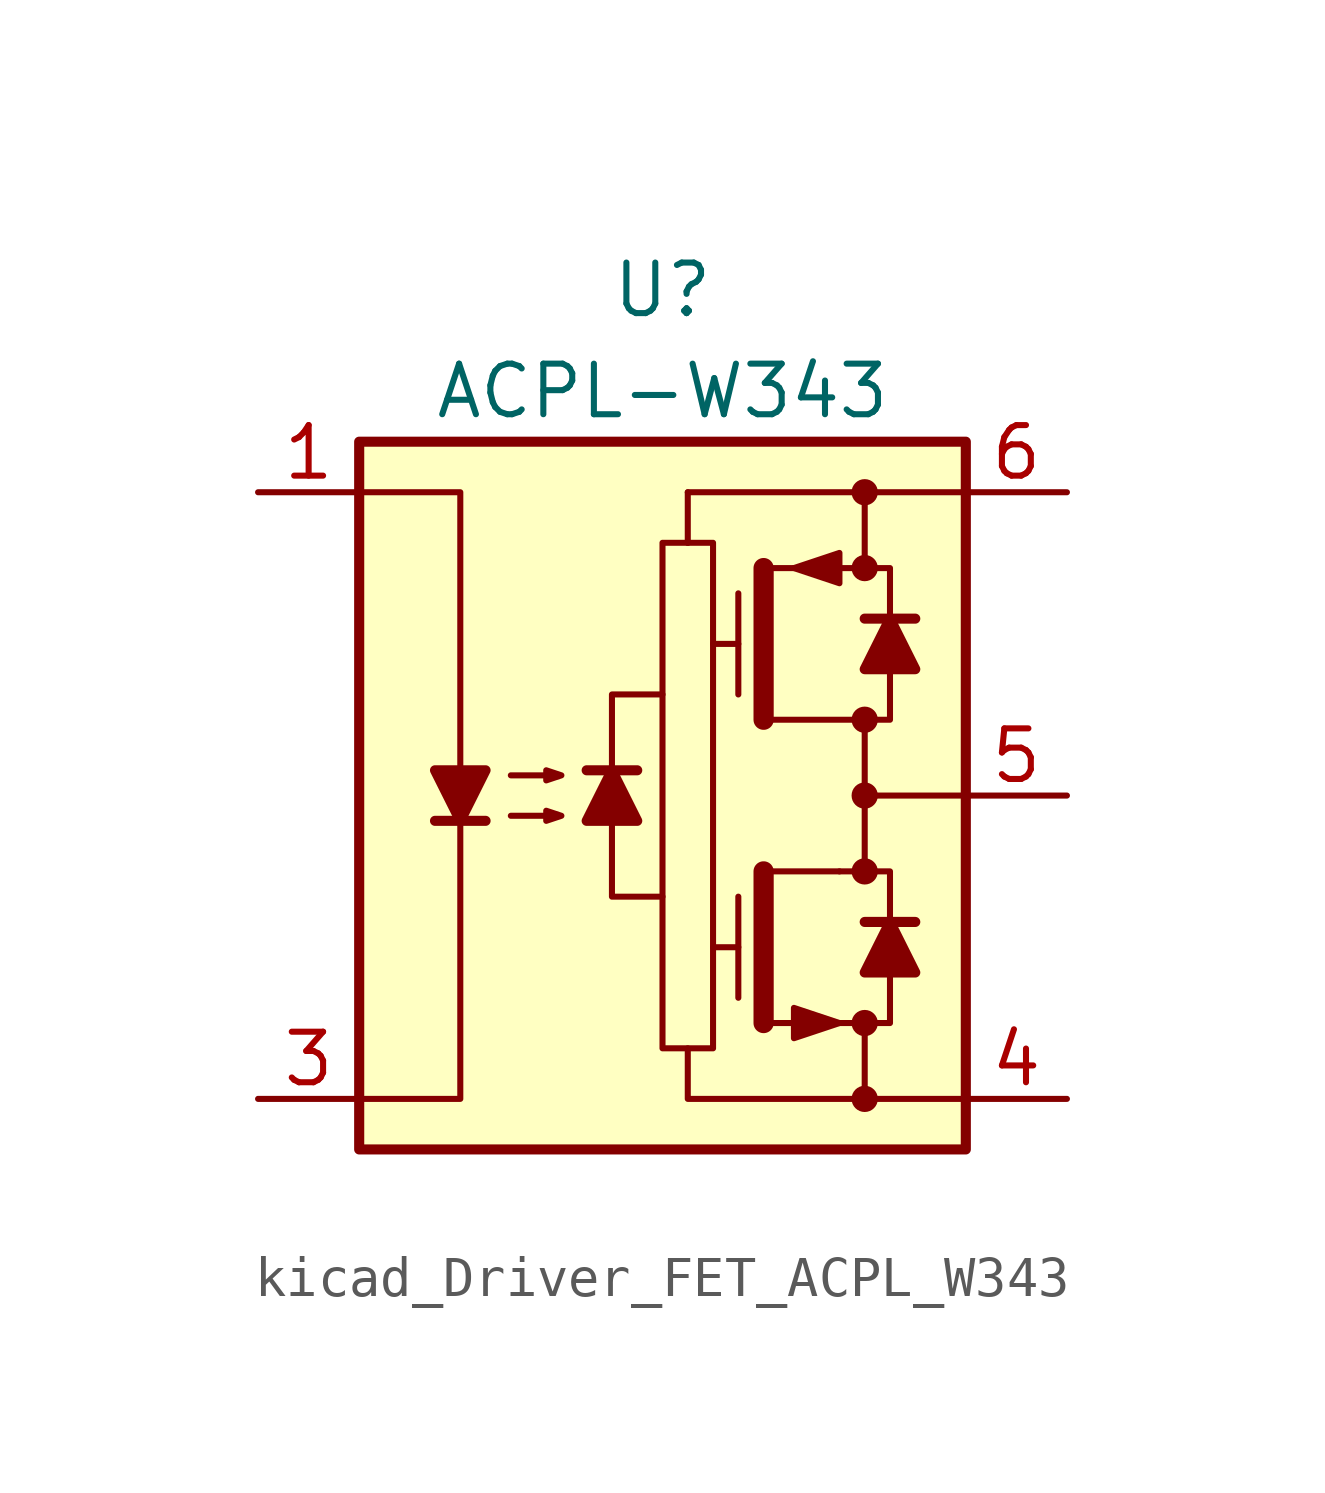
<source format=kicad_sym>
(kicad_symbol_lib
  (version 20220914)
  (generator kicad_symbol_editor)
  (symbol "kicad_Driver_FET_ACPL_W343"
    (pin_names hide)
    (property "Reference" "U"
      (at 0 12.7 0)
      (effects (font (size 1.27 1.27))))
    (property "Value" "ACPL-W343"
      (at 0 10.16 0)
      (effects (font (size 1.27 1.27))))
    (symbol "kicad_Driver_FET_ACPL_W343_0_1"
      (rectangle (start -7.62 8.89) (end 7.62 -8.89) (stroke (width 0.254) (type default)) (fill (type background)))
      (polyline (pts (xy -5.715 -0.635) (xy -4.445 -0.635)) (stroke (width 0.254) (type default)) (fill (type none)))
      (polyline (pts (xy -0.635 0.635) (xy -1.905 0.635)) (stroke (width 0.254) (type default)) (fill (type none)))
      (polyline (pts (xy 1.27 -3.81) (xy 1.905 -3.81)) (stroke (width 0) (type default)) (fill (type none)))
      (polyline (pts (xy 1.27 3.81) (xy 1.905 3.81)) (stroke (width 0) (type default)) (fill (type none)))
      (polyline (pts (xy 1.905 -5.08) (xy 1.905 -2.54)) (stroke (width 0) (type default)) (fill (type none)))
      (polyline (pts (xy 1.905 2.54) (xy 1.905 5.08)) (stroke (width 0) (type default)) (fill (type none)))
      (polyline (pts (xy 2.54 -5.715) (xy 2.54 -1.905)) (stroke (width 0.508) (type default)) (fill (type none)))
      (polyline (pts (xy 2.54 1.905) (xy 2.54 5.715)) (stroke (width 0.508) (type default)) (fill (type none)))
      (polyline (pts (xy 4.445 -1.905) (xy 2.54 -1.905)) (stroke (width 0) (type default)) (fill (type none)))
      (polyline (pts (xy 4.445 5.715) (xy 2.54 5.715)) (stroke (width 0) (type default)) (fill (type none)))
      (polyline (pts (xy 5.08 -5.715) (xy 5.08 -7.62)) (stroke (width 0) (type default)) (fill (type none)))
      (polyline (pts (xy 5.08 0) (xy 7.62 0)) (stroke (width 0) (type default)) (fill (type none)))
      (polyline (pts (xy 5.08 1.905) (xy 5.08 -1.905)) (stroke (width 0) (type default)) (fill (type none)))
      (polyline (pts (xy 5.08 7.62) (xy 5.08 5.715)) (stroke (width 0) (type default)) (fill (type none)))
      (polyline (pts (xy 6.35 -3.175) (xy 5.08 -3.175)) (stroke (width 0.254) (type default)) (fill (type none)))
      (polyline (pts (xy 6.35 4.445) (xy 5.08 4.445)) (stroke (width 0.254) (type default)) (fill (type none)))
      (polyline (pts (xy 7.62 7.62) (xy 0.635 7.62)) (stroke (width 0) (type default)) (fill (type none)))
      (polyline (pts (xy -1.27 -0.635) (xy -1.27 -2.54) (xy 0 -2.54)) (stroke (width 0) (type default)) (fill (type none)))
      (polyline (pts (xy -1.27 0.635) (xy -1.27 2.54) (xy 0 2.54)) (stroke (width 0) (type default)) (fill (type none)))
      (polyline (pts (xy 0.635 -6.35) (xy 0.635 -7.62) (xy 7.62 -7.62)) (stroke (width 0) (type default)) (fill (type none)))
      (polyline (pts (xy 4.445 -1.905) (xy 5.715 -1.905) (xy 5.715 -3.175)) (stroke (width 0) (type default)) (fill (type none)))
      (polyline (pts (xy 4.445 5.715) (xy 5.715 5.715) (xy 5.715 4.445)) (stroke (width 0) (type default)) (fill (type none)))
      (polyline (pts (xy 5.715 -4.445) (xy 5.715 -5.715) (xy 2.54 -5.715)) (stroke (width 0) (type default)) (fill (type none)))
      (polyline (pts (xy 5.715 3.175) (xy 5.715 1.905) (xy 2.54 1.905)) (stroke (width 0) (type default)) (fill (type none)))
      (polyline (pts (xy -7.62 7.62) (xy -5.08 7.62) (xy -5.08 -7.62) (xy -7.62 -7.62)) (stroke (width 0) (type default)) (fill (type none)))
      (polyline (pts (xy -5.08 -0.635) (xy -5.715 0.635) (xy -4.445 0.635) (xy -5.08 -0.635)) (stroke (width 0.254) (type default)) (fill (type outline)))
      (polyline (pts (xy -1.27 0.635) (xy -0.635 -0.635) (xy -1.905 -0.635) (xy -1.27 0.635)) (stroke (width 0.254) (type default)) (fill (type outline)))
      (polyline (pts (xy 3.302 5.715) (xy 4.445 6.096) (xy 4.445 5.334) (xy 3.302 5.715)) (stroke (width 0) (type default)) (fill (type outline)))
      (polyline (pts (xy 4.445 -5.715) (xy 3.302 -5.334) (xy 3.302 -6.096) (xy 4.445 -5.715)) (stroke (width 0) (type default)) (fill (type outline)))
      (polyline (pts (xy 5.715 -3.175) (xy 6.35 -4.445) (xy 5.08 -4.445) (xy 5.715 -3.175)) (stroke (width 0.254) (type default)) (fill (type outline)))
      (polyline (pts (xy 5.715 4.445) (xy 6.35 3.175) (xy 5.08 3.175) (xy 5.715 4.445)) (stroke (width 0.254) (type default)) (fill (type outline)))
      (polyline (pts (xy -3.81 -0.508) (xy -2.54 -0.508) (xy -2.921 -0.635) (xy -2.921 -0.381) (xy -2.54 -0.508)) (stroke (width 0) (type default)) (fill (type none)))
      (polyline (pts (xy -3.81 0.508) (xy -2.54 0.508) (xy -2.921 0.381) (xy -2.921 0.635) (xy -2.54 0.508)) (stroke (width 0) (type default)) (fill (type none)))
      (polyline (pts (xy 1.27 6.35) (xy 1.27 -6.35) (xy 0 -6.35) (xy 0 6.35) (xy 1.27 6.35)) (stroke (width 0) (type default)) (fill (type none)))
      (rectangle (start 0.635 6.35) (end 0.635 6.35) (stroke (width 0) (type default)) (fill (type none)))
      (rectangle (start 0.635 6.35) (end 0.635 7.62) (stroke (width 0) (type default)) (fill (type none)))
      (circle (center 5.08 -7.62) (radius 0.254) (stroke (width 0) (type default)) (fill (type outline)))
      (circle (center 5.08 -5.715) (radius 0.254) (stroke (width 0) (type default)) (fill (type outline)))
      (circle (center 5.08 -1.905) (radius 0.254) (stroke (width 0) (type default)) (fill (type outline)))
      (circle (center 5.08 0) (radius 0.254) (stroke (width 0) (type default)) (fill (type outline)))
      (circle (center 5.08 1.905) (radius 0.254) (stroke (width 0) (type default)) (fill (type outline)))
      (circle (center 5.08 5.715) (radius 0.254) (stroke (width 0) (type default)) (fill (type outline)))
      (circle (center 5.08 7.62) (radius 0.254) (stroke (width 0) (type default)) (fill (type outline))))
    (symbol "kicad_Driver_FET_ACPL_W343_1_1"
      (pin passive line (at -10.16 7.62 0) (length 2.54) (name "A" (effects (font (size 1.27 1.27)))) (number "1" (effects (font (size 1.27 1.27)))))
      (pin no_connect line (at -7.62 0 0) (length 2.54) hide (name "NC" (effects (font (size 1.27 1.27)))) (number "2" (effects (font (size 1.27 1.27)))))
      (pin passive line (at -10.16 -7.62 0) (length 2.54) (name "C" (effects (font (size 1.27 1.27)))) (number "3" (effects (font (size 1.27 1.27)))))
      (pin power_in line (at 10.16 -7.62 180) (length 2.54) (name "VEE" (effects (font (size 1.27 1.27)))) (number "4" (effects (font (size 1.27 1.27)))))
      (pin output line (at 10.16 0 180) (length 2.54) (name "VO" (effects (font (size 1.27 1.27)))) (number "5" (effects (font (size 1.27 1.27)))))
      (pin power_in line (at 10.16 7.62 180) (length 2.54) (name "VCC" (effects (font (size 1.27 1.27)))) (number "6" (effects (font (size 1.27 1.27))))))))
</source>
